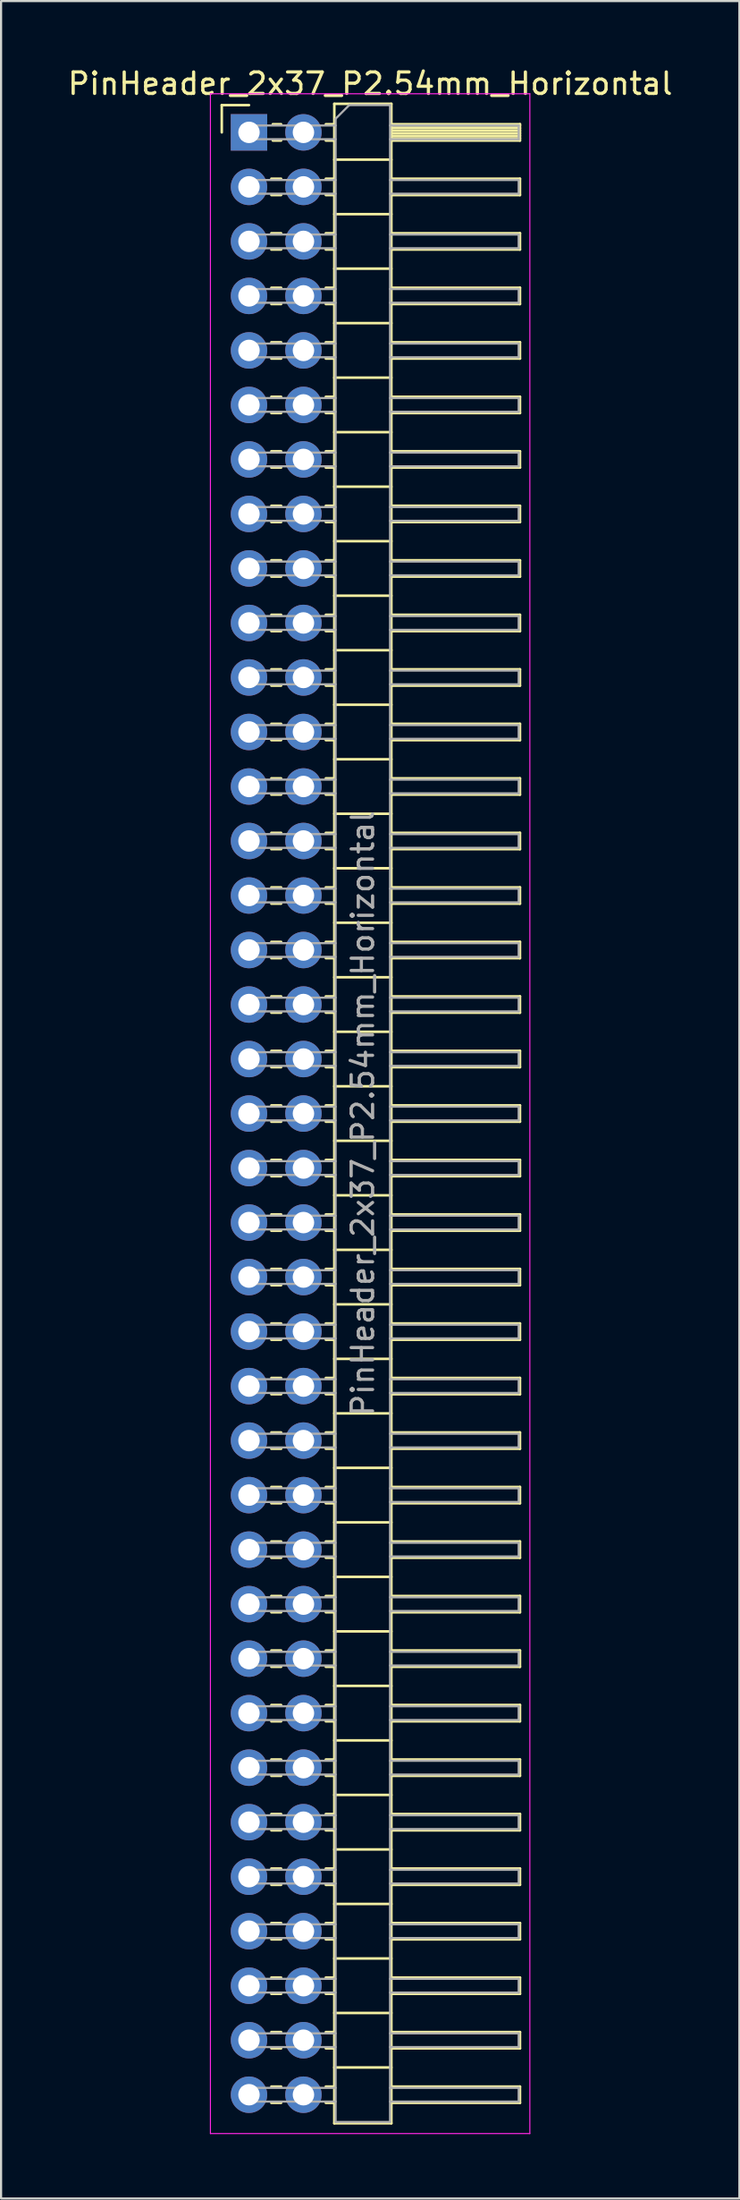
<source format=kicad_pcb>
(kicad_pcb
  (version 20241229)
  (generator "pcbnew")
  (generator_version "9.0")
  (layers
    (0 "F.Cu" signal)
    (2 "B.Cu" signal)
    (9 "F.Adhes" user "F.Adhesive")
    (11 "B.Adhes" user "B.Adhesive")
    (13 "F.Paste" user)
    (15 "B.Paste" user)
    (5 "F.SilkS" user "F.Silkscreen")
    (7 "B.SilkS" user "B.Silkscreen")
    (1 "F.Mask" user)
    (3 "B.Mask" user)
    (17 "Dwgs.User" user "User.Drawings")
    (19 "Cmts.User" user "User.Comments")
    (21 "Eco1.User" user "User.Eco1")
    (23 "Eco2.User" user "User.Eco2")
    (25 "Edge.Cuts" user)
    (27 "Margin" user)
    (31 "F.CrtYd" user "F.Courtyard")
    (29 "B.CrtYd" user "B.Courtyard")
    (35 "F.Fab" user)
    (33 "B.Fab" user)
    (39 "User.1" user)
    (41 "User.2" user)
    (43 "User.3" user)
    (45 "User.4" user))
  (footprint "PinHeader_2x37_P2.54mm_Horizontal"
    (layer "F.Cu")
    (at 8.565 3.118)
    (property "Reference" "PinHeader_2x37_P2.54mm_Horizontal" (at 5.655 -2.27 0) (layer "F.SilkS") (effects (font (size 1 1) (thickness 0.15))))
    (attr through_hole)
    (fp_line (start -1.27 -1.27) (end 0 -1.27) (stroke (width 0.12) (type solid)) (layer "F.SilkS"))
    (fp_line (start -1.27 0) (end -1.27 -1.27) (stroke (width 0.12) (type solid)) (layer "F.SilkS"))
    (fp_line (start 1.043 2.16) (end 1.497 2.16) (stroke (width 0.12) (type solid)) (layer "F.SilkS"))
    (fp_line (start 1.043 2.92) (end 1.497 2.92) (stroke (width 0.12) (type solid)) (layer "F.SilkS"))
    (fp_line (start 1.043 4.7) (end 1.497 4.7) (stroke (width 0.12) (type solid)) (layer "F.SilkS"))
    (fp_line (start 1.043 5.46) (end 1.497 5.46) (stroke (width 0.12) (type solid)) (layer "F.SilkS"))
    (fp_line (start 1.043 7.24) (end 1.497 7.24) (stroke (width 0.12) (type solid)) (layer "F.SilkS"))
    (fp_line (start 1.043 8) (end 1.497 8) (stroke (width 0.12) (type solid)) (layer "F.SilkS"))
    (fp_line (start 1.043 9.78) (end 1.497 9.78) (stroke (width 0.12) (type solid)) (layer "F.SilkS"))
    (fp_line (start 1.043 10.54) (end 1.497 10.54) (stroke (width 0.12) (type solid)) (layer "F.SilkS"))
    (fp_line (start 1.043 12.32) (end 1.497 12.32) (stroke (width 0.12) (type solid)) (layer "F.SilkS"))
    (fp_line (start 1.043 13.08) (end 1.497 13.08) (stroke (width 0.12) (type solid)) (layer "F.SilkS"))
    (fp_line (start 1.043 14.86) (end 1.497 14.86) (stroke (width 0.12) (type solid)) (layer "F.SilkS"))
    (fp_line (start 1.043 15.62) (end 1.497 15.62) (stroke (width 0.12) (type solid)) (layer "F.SilkS"))
    (fp_line (start 1.043 17.4) (end 1.497 17.4) (stroke (width 0.12) (type solid)) (layer "F.SilkS"))
    (fp_line (start 1.043 18.16) (end 1.497 18.16) (stroke (width 0.12) (type solid)) (layer "F.SilkS"))
    (fp_line (start 1.043 19.94) (end 1.497 19.94) (stroke (width 0.12) (type solid)) (layer "F.SilkS"))
    (fp_line (start 1.043 20.7) (end 1.497 20.7) (stroke (width 0.12) (type solid)) (layer "F.SilkS"))
    (fp_line (start 1.043 22.48) (end 1.497 22.48) (stroke (width 0.12) (type solid)) (layer "F.SilkS"))
    (fp_line (start 1.043 23.24) (end 1.497 23.24) (stroke (width 0.12) (type solid)) (layer "F.SilkS"))
    (fp_line (start 1.043 25.02) (end 1.497 25.02) (stroke (width 0.12) (type solid)) (layer "F.SilkS"))
    (fp_line (start 1.043 25.78) (end 1.497 25.78) (stroke (width 0.12) (type solid)) (layer "F.SilkS"))
    (fp_line (start 1.043 27.56) (end 1.497 27.56) (stroke (width 0.12) (type solid)) (layer "F.SilkS"))
    (fp_line (start 1.043 28.32) (end 1.497 28.32) (stroke (width 0.12) (type solid)) (layer "F.SilkS"))
    (fp_line (start 1.043 30.1) (end 1.497 30.1) (stroke (width 0.12) (type solid)) (layer "F.SilkS"))
    (fp_line (start 1.043 30.86) (end 1.497 30.86) (stroke (width 0.12) (type solid)) (layer "F.SilkS"))
    (fp_line (start 1.043 32.64) (end 1.497 32.64) (stroke (width 0.12) (type solid)) (layer "F.SilkS"))
    (fp_line (start 1.043 33.4) (end 1.497 33.4) (stroke (width 0.12) (type solid)) (layer "F.SilkS"))
    (fp_line (start 1.043 35.18) (end 1.497 35.18) (stroke (width 0.12) (type solid)) (layer "F.SilkS"))
    (fp_line (start 1.043 35.94) (end 1.497 35.94) (stroke (width 0.12) (type solid)) (layer "F.SilkS"))
    (fp_line (start 1.043 37.72) (end 1.497 37.72) (stroke (width 0.12) (type solid)) (layer "F.SilkS"))
    (fp_line (start 1.043 38.48) (end 1.497 38.48) (stroke (width 0.12) (type solid)) (layer "F.SilkS"))
    (fp_line (start 1.043 40.26) (end 1.497 40.26) (stroke (width 0.12) (type solid)) (layer "F.SilkS"))
    (fp_line (start 1.043 41.02) (end 1.497 41.02) (stroke (width 0.12) (type solid)) (layer "F.SilkS"))
    (fp_line (start 1.043 42.8) (end 1.497 42.8) (stroke (width 0.12) (type solid)) (layer "F.SilkS"))
    (fp_line (start 1.043 43.56) (end 1.497 43.56) (stroke (width 0.12) (type solid)) (layer "F.SilkS"))
    (fp_line (start 1.043 45.34) (end 1.497 45.34) (stroke (width 0.12) (type solid)) (layer "F.SilkS"))
    (fp_line (start 1.043 46.1) (end 1.497 46.1) (stroke (width 0.12) (type solid)) (layer "F.SilkS"))
    (fp_line (start 1.043 47.88) (end 1.497 47.88) (stroke (width 0.12) (type solid)) (layer "F.SilkS"))
    (fp_line (start 1.043 48.64) (end 1.497 48.64) (stroke (width 0.12) (type solid)) (layer "F.SilkS"))
    (fp_line (start 1.043 50.42) (end 1.497 50.42) (stroke (width 0.12) (type solid)) (layer "F.SilkS"))
    (fp_line (start 1.043 51.18) (end 1.497 51.18) (stroke (width 0.12) (type solid)) (layer "F.SilkS"))
    (fp_line (start 1.043 52.96) (end 1.497 52.96) (stroke (width 0.12) (type solid)) (layer "F.SilkS"))
    (fp_line (start 1.043 53.72) (end 1.497 53.72) (stroke (width 0.12) (type solid)) (layer "F.SilkS"))
    (fp_line (start 1.043 55.5) (end 1.497 55.5) (stroke (width 0.12) (type solid)) (layer "F.SilkS"))
    (fp_line (start 1.043 56.26) (end 1.497 56.26) (stroke (width 0.12) (type solid)) (layer "F.SilkS"))
    (fp_line (start 1.043 58.04) (end 1.497 58.04) (stroke (width 0.12) (type solid)) (layer "F.SilkS"))
    (fp_line (start 1.043 58.8) (end 1.497 58.8) (stroke (width 0.12) (type solid)) (layer "F.SilkS"))
    (fp_line (start 1.043 60.58) (end 1.497 60.58) (stroke (width 0.12) (type solid)) (layer "F.SilkS"))
    (fp_line (start 1.043 61.34) (end 1.497 61.34) (stroke (width 0.12) (type solid)) (layer "F.SilkS"))
    (fp_line (start 1.043 63.12) (end 1.497 63.12) (stroke (width 0.12) (type solid)) (layer "F.SilkS"))
    (fp_line (start 1.043 63.88) (end 1.497 63.88) (stroke (width 0.12) (type solid)) (layer "F.SilkS"))
    (fp_line (start 1.043 65.66) (end 1.497 65.66) (stroke (width 0.12) (type solid)) (layer "F.SilkS"))
    (fp_line (start 1.043 66.42) (end 1.497 66.42) (stroke (width 0.12) (type solid)) (layer "F.SilkS"))
    (fp_line (start 1.043 68.2) (end 1.497 68.2) (stroke (width 0.12) (type solid)) (layer "F.SilkS"))
    (fp_line (start 1.043 68.96) (end 1.497 68.96) (stroke (width 0.12) (type solid)) (layer "F.SilkS"))
    (fp_line (start 1.043 70.74) (end 1.497 70.74) (stroke (width 0.12) (type solid)) (layer "F.SilkS"))
    (fp_line (start 1.043 71.5) (end 1.497 71.5) (stroke (width 0.12) (type solid)) (layer "F.SilkS"))
    (fp_line (start 1.043 73.28) (end 1.497 73.28) (stroke (width 0.12) (type solid)) (layer "F.SilkS"))
    (fp_line (start 1.043 74.04) (end 1.497 74.04) (stroke (width 0.12) (type solid)) (layer "F.SilkS"))
    (fp_line (start 1.043 75.82) (end 1.497 75.82) (stroke (width 0.12) (type solid)) (layer "F.SilkS"))
    (fp_line (start 1.043 76.58) (end 1.497 76.58) (stroke (width 0.12) (type solid)) (layer "F.SilkS"))
    (fp_line (start 1.043 78.36) (end 1.497 78.36) (stroke (width 0.12) (type solid)) (layer "F.SilkS"))
    (fp_line (start 1.043 79.12) (end 1.497 79.12) (stroke (width 0.12) (type solid)) (layer "F.SilkS"))
    (fp_line (start 1.043 80.9) (end 1.497 80.9) (stroke (width 0.12) (type solid)) (layer "F.SilkS"))
    (fp_line (start 1.043 81.66) (end 1.497 81.66) (stroke (width 0.12) (type solid)) (layer "F.SilkS"))
    (fp_line (start 1.043 83.44) (end 1.497 83.44) (stroke (width 0.12) (type solid)) (layer "F.SilkS"))
    (fp_line (start 1.043 84.2) (end 1.497 84.2) (stroke (width 0.12) (type solid)) (layer "F.SilkS"))
    (fp_line (start 1.043 85.98) (end 1.497 85.98) (stroke (width 0.12) (type solid)) (layer "F.SilkS"))
    (fp_line (start 1.043 86.74) (end 1.497 86.74) (stroke (width 0.12) (type solid)) (layer "F.SilkS"))
    (fp_line (start 1.043 88.52) (end 1.497 88.52) (stroke (width 0.12) (type solid)) (layer "F.SilkS"))
    (fp_line (start 1.043 89.28) (end 1.497 89.28) (stroke (width 0.12) (type solid)) (layer "F.SilkS"))
    (fp_line (start 1.043 91.06) (end 1.497 91.06) (stroke (width 0.12) (type solid)) (layer "F.SilkS"))
    (fp_line (start 1.043 91.82) (end 1.497 91.82) (stroke (width 0.12) (type solid)) (layer "F.SilkS"))
    (fp_line (start 1.11 -0.38) (end 1.497 -0.38) (stroke (width 0.12) (type solid)) (layer "F.SilkS"))
    (fp_line (start 1.11 0.38) (end 1.497 0.38) (stroke (width 0.12) (type solid)) (layer "F.SilkS"))
    (fp_line (start 3.583 -0.38) (end 3.98 -0.38) (stroke (width 0.12) (type solid)) (layer "F.SilkS"))
    (fp_line (start 3.583 0.38) (end 3.98 0.38) (stroke (width 0.12) (type solid)) (layer "F.SilkS"))
    (fp_line (start 3.583 2.16) (end 3.98 2.16) (stroke (width 0.12) (type solid)) (layer "F.SilkS"))
    (fp_line (start 3.583 2.92) (end 3.98 2.92) (stroke (width 0.12) (type solid)) (layer "F.SilkS"))
    (fp_line (start 3.583 4.7) (end 3.98 4.7) (stroke (width 0.12) (type solid)) (layer "F.SilkS"))
    (fp_line (start 3.583 5.46) (end 3.98 5.46) (stroke (width 0.12) (type solid)) (layer "F.SilkS"))
    (fp_line (start 3.583 7.24) (end 3.98 7.24) (stroke (width 0.12) (type solid)) (layer "F.SilkS"))
    (fp_line (start 3.583 8) (end 3.98 8) (stroke (width 0.12) (type solid)) (layer "F.SilkS"))
    (fp_line (start 3.583 9.78) (end 3.98 9.78) (stroke (width 0.12) (type solid)) (layer "F.SilkS"))
    (fp_line (start 3.583 10.54) (end 3.98 10.54) (stroke (width 0.12) (type solid)) (layer "F.SilkS"))
    (fp_line (start 3.583 12.32) (end 3.98 12.32) (stroke (width 0.12) (type solid)) (layer "F.SilkS"))
    (fp_line (start 3.583 13.08) (end 3.98 13.08) (stroke (width 0.12) (type solid)) (layer "F.SilkS"))
    (fp_line (start 3.583 14.86) (end 3.98 14.86) (stroke (width 0.12) (type solid)) (layer "F.SilkS"))
    (fp_line (start 3.583 15.62) (end 3.98 15.62) (stroke (width 0.12) (type solid)) (layer "F.SilkS"))
    (fp_line (start 3.583 17.4) (end 3.98 17.4) (stroke (width 0.12) (type solid)) (layer "F.SilkS"))
    (fp_line (start 3.583 18.16) (end 3.98 18.16) (stroke (width 0.12) (type solid)) (layer "F.SilkS"))
    (fp_line (start 3.583 19.94) (end 3.98 19.94) (stroke (width 0.12) (type solid)) (layer "F.SilkS"))
    (fp_line (start 3.583 20.7) (end 3.98 20.7) (stroke (width 0.12) (type solid)) (layer "F.SilkS"))
    (fp_line (start 3.583 22.48) (end 3.98 22.48) (stroke (width 0.12) (type solid)) (layer "F.SilkS"))
    (fp_line (start 3.583 23.24) (end 3.98 23.24) (stroke (width 0.12) (type solid)) (layer "F.SilkS"))
    (fp_line (start 3.583 25.02) (end 3.98 25.02) (stroke (width 0.12) (type solid)) (layer "F.SilkS"))
    (fp_line (start 3.583 25.78) (end 3.98 25.78) (stroke (width 0.12) (type solid)) (layer "F.SilkS"))
    (fp_line (start 3.583 27.56) (end 3.98 27.56) (stroke (width 0.12) (type solid)) (layer "F.SilkS"))
    (fp_line (start 3.583 28.32) (end 3.98 28.32) (stroke (width 0.12) (type solid)) (layer "F.SilkS"))
    (fp_line (start 3.583 30.1) (end 3.98 30.1) (stroke (width 0.12) (type solid)) (layer "F.SilkS"))
    (fp_line (start 3.583 30.86) (end 3.98 30.86) (stroke (width 0.12) (type solid)) (layer "F.SilkS"))
    (fp_line (start 3.583 32.64) (end 3.98 32.64) (stroke (width 0.12) (type solid)) (layer "F.SilkS"))
    (fp_line (start 3.583 33.4) (end 3.98 33.4) (stroke (width 0.12) (type solid)) (layer "F.SilkS"))
    (fp_line (start 3.583 35.18) (end 3.98 35.18) (stroke (width 0.12) (type solid)) (layer "F.SilkS"))
    (fp_line (start 3.583 35.94) (end 3.98 35.94) (stroke (width 0.12) (type solid)) (layer "F.SilkS"))
    (fp_line (start 3.583 37.72) (end 3.98 37.72) (stroke (width 0.12) (type solid)) (layer "F.SilkS"))
    (fp_line (start 3.583 38.48) (end 3.98 38.48) (stroke (width 0.12) (type solid)) (layer "F.SilkS"))
    (fp_line (start 3.583 40.26) (end 3.98 40.26) (stroke (width 0.12) (type solid)) (layer "F.SilkS"))
    (fp_line (start 3.583 41.02) (end 3.98 41.02) (stroke (width 0.12) (type solid)) (layer "F.SilkS"))
    (fp_line (start 3.583 42.8) (end 3.98 42.8) (stroke (width 0.12) (type solid)) (layer "F.SilkS"))
    (fp_line (start 3.583 43.56) (end 3.98 43.56) (stroke (width 0.12) (type solid)) (layer "F.SilkS"))
    (fp_line (start 3.583 45.34) (end 3.98 45.34) (stroke (width 0.12) (type solid)) (layer "F.SilkS"))
    (fp_line (start 3.583 46.1) (end 3.98 46.1) (stroke (width 0.12) (type solid)) (layer "F.SilkS"))
    (fp_line (start 3.583 47.88) (end 3.98 47.88) (stroke (width 0.12) (type solid)) (layer "F.SilkS"))
    (fp_line (start 3.583 48.64) (end 3.98 48.64) (stroke (width 0.12) (type solid)) (layer "F.SilkS"))
    (fp_line (start 3.583 50.42) (end 3.98 50.42) (stroke (width 0.12) (type solid)) (layer "F.SilkS"))
    (fp_line (start 3.583 51.18) (end 3.98 51.18) (stroke (width 0.12) (type solid)) (layer "F.SilkS"))
    (fp_line (start 3.583 52.96) (end 3.98 52.96) (stroke (width 0.12) (type solid)) (layer "F.SilkS"))
    (fp_line (start 3.583 53.72) (end 3.98 53.72) (stroke (width 0.12) (type solid)) (layer "F.SilkS"))
    (fp_line (start 3.583 55.5) (end 3.98 55.5) (stroke (width 0.12) (type solid)) (layer "F.SilkS"))
    (fp_line (start 3.583 56.26) (end 3.98 56.26) (stroke (width 0.12) (type solid)) (layer "F.SilkS"))
    (fp_line (start 3.583 58.04) (end 3.98 58.04) (stroke (width 0.12) (type solid)) (layer "F.SilkS"))
    (fp_line (start 3.583 58.8) (end 3.98 58.8) (stroke (width 0.12) (type solid)) (layer "F.SilkS"))
    (fp_line (start 3.583 60.58) (end 3.98 60.58) (stroke (width 0.12) (type solid)) (layer "F.SilkS"))
    (fp_line (start 3.583 61.34) (end 3.98 61.34) (stroke (width 0.12) (type solid)) (layer "F.SilkS"))
    (fp_line (start 3.583 63.12) (end 3.98 63.12) (stroke (width 0.12) (type solid)) (layer "F.SilkS"))
    (fp_line (start 3.583 63.88) (end 3.98 63.88) (stroke (width 0.12) (type solid)) (layer "F.SilkS"))
    (fp_line (start 3.583 65.66) (end 3.98 65.66) (stroke (width 0.12) (type solid)) (layer "F.SilkS"))
    (fp_line (start 3.583 66.42) (end 3.98 66.42) (stroke (width 0.12) (type solid)) (layer "F.SilkS"))
    (fp_line (start 3.583 68.2) (end 3.98 68.2) (stroke (width 0.12) (type solid)) (layer "F.SilkS"))
    (fp_line (start 3.583 68.96) (end 3.98 68.96) (stroke (width 0.12) (type solid)) (layer "F.SilkS"))
    (fp_line (start 3.583 70.74) (end 3.98 70.74) (stroke (width 0.12) (type solid)) (layer "F.SilkS"))
    (fp_line (start 3.583 71.5) (end 3.98 71.5) (stroke (width 0.12) (type solid)) (layer "F.SilkS"))
    (fp_line (start 3.583 73.28) (end 3.98 73.28) (stroke (width 0.12) (type solid)) (layer "F.SilkS"))
    (fp_line (start 3.583 74.04) (end 3.98 74.04) (stroke (width 0.12) (type solid)) (layer "F.SilkS"))
    (fp_line (start 3.583 75.82) (end 3.98 75.82) (stroke (width 0.12) (type solid)) (layer "F.SilkS"))
    (fp_line (start 3.583 76.58) (end 3.98 76.58) (stroke (width 0.12) (type solid)) (layer "F.SilkS"))
    (fp_line (start 3.583 78.36) (end 3.98 78.36) (stroke (width 0.12) (type solid)) (layer "F.SilkS"))
    (fp_line (start 3.583 79.12) (end 3.98 79.12) (stroke (width 0.12) (type solid)) (layer "F.SilkS"))
    (fp_line (start 3.583 80.9) (end 3.98 80.9) (stroke (width 0.12) (type solid)) (layer "F.SilkS"))
    (fp_line (start 3.583 81.66) (end 3.98 81.66) (stroke (width 0.12) (type solid)) (layer "F.SilkS"))
    (fp_line (start 3.583 83.44) (end 3.98 83.44) (stroke (width 0.12) (type solid)) (layer "F.SilkS"))
    (fp_line (start 3.583 84.2) (end 3.98 84.2) (stroke (width 0.12) (type solid)) (layer "F.SilkS"))
    (fp_line (start 3.583 85.98) (end 3.98 85.98) (stroke (width 0.12) (type solid)) (layer "F.SilkS"))
    (fp_line (start 3.583 86.74) (end 3.98 86.74) (stroke (width 0.12) (type solid)) (layer "F.SilkS"))
    (fp_line (start 3.583 88.52) (end 3.98 88.52) (stroke (width 0.12) (type solid)) (layer "F.SilkS"))
    (fp_line (start 3.583 89.28) (end 3.98 89.28) (stroke (width 0.12) (type solid)) (layer "F.SilkS"))
    (fp_line (start 3.583 91.06) (end 3.98 91.06) (stroke (width 0.12) (type solid)) (layer "F.SilkS"))
    (fp_line (start 3.583 91.82) (end 3.98 91.82) (stroke (width 0.12) (type solid)) (layer "F.SilkS"))
    (fp_line (start 3.98 -1.33) (end 3.98 92.77) (stroke (width 0.12) (type solid)) (layer "F.SilkS"))
    (fp_line (start 3.98 1.27) (end 6.64 1.27) (stroke (width 0.12) (type solid)) (layer "F.SilkS"))
    (fp_line (start 3.98 3.81) (end 6.64 3.81) (stroke (width 0.12) (type solid)) (layer "F.SilkS"))
    (fp_line (start 3.98 6.35) (end 6.64 6.35) (stroke (width 0.12) (type solid)) (layer "F.SilkS"))
    (fp_line (start 3.98 8.89) (end 6.64 8.89) (stroke (width 0.12) (type solid)) (layer "F.SilkS"))
    (fp_line (start 3.98 11.43) (end 6.64 11.43) (stroke (width 0.12) (type solid)) (layer "F.SilkS"))
    (fp_line (start 3.98 13.97) (end 6.64 13.97) (stroke (width 0.12) (type solid)) (layer "F.SilkS"))
    (fp_line (start 3.98 16.51) (end 6.64 16.51) (stroke (width 0.12) (type solid)) (layer "F.SilkS"))
    (fp_line (start 3.98 19.05) (end 6.64 19.05) (stroke (width 0.12) (type solid)) (layer "F.SilkS"))
    (fp_line (start 3.98 21.59) (end 6.64 21.59) (stroke (width 0.12) (type solid)) (layer "F.SilkS"))
    (fp_line (start 3.98 24.13) (end 6.64 24.13) (stroke (width 0.12) (type solid)) (layer "F.SilkS"))
    (fp_line (start 3.98 26.67) (end 6.64 26.67) (stroke (width 0.12) (type solid)) (layer "F.SilkS"))
    (fp_line (start 3.98 29.21) (end 6.64 29.21) (stroke (width 0.12) (type solid)) (layer "F.SilkS"))
    (fp_line (start 3.98 31.75) (end 6.64 31.75) (stroke (width 0.12) (type solid)) (layer "F.SilkS"))
    (fp_line (start 3.98 34.29) (end 6.64 34.29) (stroke (width 0.12) (type solid)) (layer "F.SilkS"))
    (fp_line (start 3.98 36.83) (end 6.64 36.83) (stroke (width 0.12) (type solid)) (layer "F.SilkS"))
    (fp_line (start 3.98 39.37) (end 6.64 39.37) (stroke (width 0.12) (type solid)) (layer "F.SilkS"))
    (fp_line (start 3.98 41.91) (end 6.64 41.91) (stroke (width 0.12) (type solid)) (layer "F.SilkS"))
    (fp_line (start 3.98 44.45) (end 6.64 44.45) (stroke (width 0.12) (type solid)) (layer "F.SilkS"))
    (fp_line (start 3.98 46.99) (end 6.64 46.99) (stroke (width 0.12) (type solid)) (layer "F.SilkS"))
    (fp_line (start 3.98 49.53) (end 6.64 49.53) (stroke (width 0.12) (type solid)) (layer "F.SilkS"))
    (fp_line (start 3.98 52.07) (end 6.64 52.07) (stroke (width 0.12) (type solid)) (layer "F.SilkS"))
    (fp_line (start 3.98 54.61) (end 6.64 54.61) (stroke (width 0.12) (type solid)) (layer "F.SilkS"))
    (fp_line (start 3.98 57.15) (end 6.64 57.15) (stroke (width 0.12) (type solid)) (layer "F.SilkS"))
    (fp_line (start 3.98 59.69) (end 6.64 59.69) (stroke (width 0.12) (type solid)) (layer "F.SilkS"))
    (fp_line (start 3.98 62.23) (end 6.64 62.23) (stroke (width 0.12) (type solid)) (layer "F.SilkS"))
    (fp_line (start 3.98 64.77) (end 6.64 64.77) (stroke (width 0.12) (type solid)) (layer "F.SilkS"))
    (fp_line (start 3.98 67.31) (end 6.64 67.31) (stroke (width 0.12) (type solid)) (layer "F.SilkS"))
    (fp_line (start 3.98 69.85) (end 6.64 69.85) (stroke (width 0.12) (type solid)) (layer "F.SilkS"))
    (fp_line (start 3.98 72.39) (end 6.64 72.39) (stroke (width 0.12) (type solid)) (layer "F.SilkS"))
    (fp_line (start 3.98 74.93) (end 6.64 74.93) (stroke (width 0.12) (type solid)) (layer "F.SilkS"))
    (fp_line (start 3.98 77.47) (end 6.64 77.47) (stroke (width 0.12) (type solid)) (layer "F.SilkS"))
    (fp_line (start 3.98 80.01) (end 6.64 80.01) (stroke (width 0.12) (type solid)) (layer "F.SilkS"))
    (fp_line (start 3.98 82.55) (end 6.64 82.55) (stroke (width 0.12) (type solid)) (layer "F.SilkS"))
    (fp_line (start 3.98 85.09) (end 6.64 85.09) (stroke (width 0.12) (type solid)) (layer "F.SilkS"))
    (fp_line (start 3.98 87.63) (end 6.64 87.63) (stroke (width 0.12) (type solid)) (layer "F.SilkS"))
    (fp_line (start 3.98 90.17) (end 6.64 90.17) (stroke (width 0.12) (type solid)) (layer "F.SilkS"))
    (fp_line (start 3.98 92.77) (end 6.64 92.77) (stroke (width 0.12) (type solid)) (layer "F.SilkS"))
    (fp_line (start 6.64 -1.33) (end 3.98 -1.33) (stroke (width 0.12) (type solid)) (layer "F.SilkS"))
    (fp_line (start 6.64 -0.38) (end 12.64 -0.38) (stroke (width 0.12) (type solid)) (layer "F.SilkS"))
    (fp_line (start 6.64 -0.32) (end 12.64 -0.32) (stroke (width 0.12) (type solid)) (layer "F.SilkS"))
    (fp_line (start 6.64 -0.2) (end 12.64 -0.2) (stroke (width 0.12) (type solid)) (layer "F.SilkS"))
    (fp_line (start 6.64 -0.08) (end 12.64 -0.08) (stroke (width 0.12) (type solid)) (layer "F.SilkS"))
    (fp_line (start 6.64 0.04) (end 12.64 0.04) (stroke (width 0.12) (type solid)) (layer "F.SilkS"))
    (fp_line (start 6.64 0.16) (end 12.64 0.16) (stroke (width 0.12) (type solid)) (layer "F.SilkS"))
    (fp_line (start 6.64 0.28) (end 12.64 0.28) (stroke (width 0.12) (type solid)) (layer "F.SilkS"))
    (fp_line (start 6.64 2.16) (end 12.64 2.16) (stroke (width 0.12) (type solid)) (layer "F.SilkS"))
    (fp_line (start 6.64 4.7) (end 12.64 4.7) (stroke (width 0.12) (type solid)) (layer "F.SilkS"))
    (fp_line (start 6.64 7.24) (end 12.64 7.24) (stroke (width 0.12) (type solid)) (layer "F.SilkS"))
    (fp_line (start 6.64 9.78) (end 12.64 9.78) (stroke (width 0.12) (type solid)) (layer "F.SilkS"))
    (fp_line (start 6.64 12.32) (end 12.64 12.32) (stroke (width 0.12) (type solid)) (layer "F.SilkS"))
    (fp_line (start 6.64 14.86) (end 12.64 14.86) (stroke (width 0.12) (type solid)) (layer "F.SilkS"))
    (fp_line (start 6.64 17.4) (end 12.64 17.4) (stroke (width 0.12) (type solid)) (layer "F.SilkS"))
    (fp_line (start 6.64 19.94) (end 12.64 19.94) (stroke (width 0.12) (type solid)) (layer "F.SilkS"))
    (fp_line (start 6.64 22.48) (end 12.64 22.48) (stroke (width 0.12) (type solid)) (layer "F.SilkS"))
    (fp_line (start 6.64 25.02) (end 12.64 25.02) (stroke (width 0.12) (type solid)) (layer "F.SilkS"))
    (fp_line (start 6.64 27.56) (end 12.64 27.56) (stroke (width 0.12) (type solid)) (layer "F.SilkS"))
    (fp_line (start 6.64 30.1) (end 12.64 30.1) (stroke (width 0.12) (type solid)) (layer "F.SilkS"))
    (fp_line (start 6.64 32.64) (end 12.64 32.64) (stroke (width 0.12) (type solid)) (layer "F.SilkS"))
    (fp_line (start 6.64 35.18) (end 12.64 35.18) (stroke (width 0.12) (type solid)) (layer "F.SilkS"))
    (fp_line (start 6.64 37.72) (end 12.64 37.72) (stroke (width 0.12) (type solid)) (layer "F.SilkS"))
    (fp_line (start 6.64 40.26) (end 12.64 40.26) (stroke (width 0.12) (type solid)) (layer "F.SilkS"))
    (fp_line (start 6.64 42.8) (end 12.64 42.8) (stroke (width 0.12) (type solid)) (layer "F.SilkS"))
    (fp_line (start 6.64 45.34) (end 12.64 45.34) (stroke (width 0.12) (type solid)) (layer "F.SilkS"))
    (fp_line (start 6.64 47.88) (end 12.64 47.88) (stroke (width 0.12) (type solid)) (layer "F.SilkS"))
    (fp_line (start 6.64 50.42) (end 12.64 50.42) (stroke (width 0.12) (type solid)) (layer "F.SilkS"))
    (fp_line (start 6.64 52.96) (end 12.64 52.96) (stroke (width 0.12) (type solid)) (layer "F.SilkS"))
    (fp_line (start 6.64 55.5) (end 12.64 55.5) (stroke (width 0.12) (type solid)) (layer "F.SilkS"))
    (fp_line (start 6.64 58.04) (end 12.64 58.04) (stroke (width 0.12) (type solid)) (layer "F.SilkS"))
    (fp_line (start 6.64 60.58) (end 12.64 60.58) (stroke (width 0.12) (type solid)) (layer "F.SilkS"))
    (fp_line (start 6.64 63.12) (end 12.64 63.12) (stroke (width 0.12) (type solid)) (layer "F.SilkS"))
    (fp_line (start 6.64 65.66) (end 12.64 65.66) (stroke (width 0.12) (type solid)) (layer "F.SilkS"))
    (fp_line (start 6.64 68.2) (end 12.64 68.2) (stroke (width 0.12) (type solid)) (layer "F.SilkS"))
    (fp_line (start 6.64 70.74) (end 12.64 70.74) (stroke (width 0.12) (type solid)) (layer "F.SilkS"))
    (fp_line (start 6.64 73.28) (end 12.64 73.28) (stroke (width 0.12) (type solid)) (layer "F.SilkS"))
    (fp_line (start 6.64 75.82) (end 12.64 75.82) (stroke (width 0.12) (type solid)) (layer "F.SilkS"))
    (fp_line (start 6.64 78.36) (end 12.64 78.36) (stroke (width 0.12) (type solid)) (layer "F.SilkS"))
    (fp_line (start 6.64 80.9) (end 12.64 80.9) (stroke (width 0.12) (type solid)) (layer "F.SilkS"))
    (fp_line (start 6.64 83.44) (end 12.64 83.44) (stroke (width 0.12) (type solid)) (layer "F.SilkS"))
    (fp_line (start 6.64 85.98) (end 12.64 85.98) (stroke (width 0.12) (type solid)) (layer "F.SilkS"))
    (fp_line (start 6.64 88.52) (end 12.64 88.52) (stroke (width 0.12) (type solid)) (layer "F.SilkS"))
    (fp_line (start 6.64 91.06) (end 12.64 91.06) (stroke (width 0.12) (type solid)) (layer "F.SilkS"))
    (fp_line (start 6.64 92.77) (end 6.64 -1.33) (stroke (width 0.12) (type solid)) (layer "F.SilkS"))
    (fp_line (start 12.64 -0.38) (end 12.64 0.38) (stroke (width 0.12) (type solid)) (layer "F.SilkS"))
    (fp_line (start 12.64 0.38) (end 6.64 0.38) (stroke (width 0.12) (type solid)) (layer "F.SilkS"))
    (fp_line (start 12.64 2.16) (end 12.64 2.92) (stroke (width 0.12) (type solid)) (layer "F.SilkS"))
    (fp_line (start 12.64 2.92) (end 6.64 2.92) (stroke (width 0.12) (type solid)) (layer "F.SilkS"))
    (fp_line (start 12.64 4.7) (end 12.64 5.46) (stroke (width 0.12) (type solid)) (layer "F.SilkS"))
    (fp_line (start 12.64 5.46) (end 6.64 5.46) (stroke (width 0.12) (type solid)) (layer "F.SilkS"))
    (fp_line (start 12.64 7.24) (end 12.64 8) (stroke (width 0.12) (type solid)) (layer "F.SilkS"))
    (fp_line (start 12.64 8) (end 6.64 8) (stroke (width 0.12) (type solid)) (layer "F.SilkS"))
    (fp_line (start 12.64 9.78) (end 12.64 10.54) (stroke (width 0.12) (type solid)) (layer "F.SilkS"))
    (fp_line (start 12.64 10.54) (end 6.64 10.54) (stroke (width 0.12) (type solid)) (layer "F.SilkS"))
    (fp_line (start 12.64 12.32) (end 12.64 13.08) (stroke (width 0.12) (type solid)) (layer "F.SilkS"))
    (fp_line (start 12.64 13.08) (end 6.64 13.08) (stroke (width 0.12) (type solid)) (layer "F.SilkS"))
    (fp_line (start 12.64 14.86) (end 12.64 15.62) (stroke (width 0.12) (type solid)) (layer "F.SilkS"))
    (fp_line (start 12.64 15.62) (end 6.64 15.62) (stroke (width 0.12) (type solid)) (layer "F.SilkS"))
    (fp_line (start 12.64 17.4) (end 12.64 18.16) (stroke (width 0.12) (type solid)) (layer "F.SilkS"))
    (fp_line (start 12.64 18.16) (end 6.64 18.16) (stroke (width 0.12) (type solid)) (layer "F.SilkS"))
    (fp_line (start 12.64 19.94) (end 12.64 20.7) (stroke (width 0.12) (type solid)) (layer "F.SilkS"))
    (fp_line (start 12.64 20.7) (end 6.64 20.7) (stroke (width 0.12) (type solid)) (layer "F.SilkS"))
    (fp_line (start 12.64 22.48) (end 12.64 23.24) (stroke (width 0.12) (type solid)) (layer "F.SilkS"))
    (fp_line (start 12.64 23.24) (end 6.64 23.24) (stroke (width 0.12) (type solid)) (layer "F.SilkS"))
    (fp_line (start 12.64 25.02) (end 12.64 25.78) (stroke (width 0.12) (type solid)) (layer "F.SilkS"))
    (fp_line (start 12.64 25.78) (end 6.64 25.78) (stroke (width 0.12) (type solid)) (layer "F.SilkS"))
    (fp_line (start 12.64 27.56) (end 12.64 28.32) (stroke (width 0.12) (type solid)) (layer "F.SilkS"))
    (fp_line (start 12.64 28.32) (end 6.64 28.32) (stroke (width 0.12) (type solid)) (layer "F.SilkS"))
    (fp_line (start 12.64 30.1) (end 12.64 30.86) (stroke (width 0.12) (type solid)) (layer "F.SilkS"))
    (fp_line (start 12.64 30.86) (end 6.64 30.86) (stroke (width 0.12) (type solid)) (layer "F.SilkS"))
    (fp_line (start 12.64 32.64) (end 12.64 33.4) (stroke (width 0.12) (type solid)) (layer "F.SilkS"))
    (fp_line (start 12.64 33.4) (end 6.64 33.4) (stroke (width 0.12) (type solid)) (layer "F.SilkS"))
    (fp_line (start 12.64 35.18) (end 12.64 35.94) (stroke (width 0.12) (type solid)) (layer "F.SilkS"))
    (fp_line (start 12.64 35.94) (end 6.64 35.94) (stroke (width 0.12) (type solid)) (layer "F.SilkS"))
    (fp_line (start 12.64 37.72) (end 12.64 38.48) (stroke (width 0.12) (type solid)) (layer "F.SilkS"))
    (fp_line (start 12.64 38.48) (end 6.64 38.48) (stroke (width 0.12) (type solid)) (layer "F.SilkS"))
    (fp_line (start 12.64 40.26) (end 12.64 41.02) (stroke (width 0.12) (type solid)) (layer "F.SilkS"))
    (fp_line (start 12.64 41.02) (end 6.64 41.02) (stroke (width 0.12) (type solid)) (layer "F.SilkS"))
    (fp_line (start 12.64 42.8) (end 12.64 43.56) (stroke (width 0.12) (type solid)) (layer "F.SilkS"))
    (fp_line (start 12.64 43.56) (end 6.64 43.56) (stroke (width 0.12) (type solid)) (layer "F.SilkS"))
    (fp_line (start 12.64 45.34) (end 12.64 46.1) (stroke (width 0.12) (type solid)) (layer "F.SilkS"))
    (fp_line (start 12.64 46.1) (end 6.64 46.1) (stroke (width 0.12) (type solid)) (layer "F.SilkS"))
    (fp_line (start 12.64 47.88) (end 12.64 48.64) (stroke (width 0.12) (type solid)) (layer "F.SilkS"))
    (fp_line (start 12.64 48.64) (end 6.64 48.64) (stroke (width 0.12) (type solid)) (layer "F.SilkS"))
    (fp_line (start 12.64 50.42) (end 12.64 51.18) (stroke (width 0.12) (type solid)) (layer "F.SilkS"))
    (fp_line (start 12.64 51.18) (end 6.64 51.18) (stroke (width 0.12) (type solid)) (layer "F.SilkS"))
    (fp_line (start 12.64 52.96) (end 12.64 53.72) (stroke (width 0.12) (type solid)) (layer "F.SilkS"))
    (fp_line (start 12.64 53.72) (end 6.64 53.72) (stroke (width 0.12) (type solid)) (layer "F.SilkS"))
    (fp_line (start 12.64 55.5) (end 12.64 56.26) (stroke (width 0.12) (type solid)) (layer "F.SilkS"))
    (fp_line (start 12.64 56.26) (end 6.64 56.26) (stroke (width 0.12) (type solid)) (layer "F.SilkS"))
    (fp_line (start 12.64 58.04) (end 12.64 58.8) (stroke (width 0.12) (type solid)) (layer "F.SilkS"))
    (fp_line (start 12.64 58.8) (end 6.64 58.8) (stroke (width 0.12) (type solid)) (layer "F.SilkS"))
    (fp_line (start 12.64 60.58) (end 12.64 61.34) (stroke (width 0.12) (type solid)) (layer "F.SilkS"))
    (fp_line (start 12.64 61.34) (end 6.64 61.34) (stroke (width 0.12) (type solid)) (layer "F.SilkS"))
    (fp_line (start 12.64 63.12) (end 12.64 63.88) (stroke (width 0.12) (type solid)) (layer "F.SilkS"))
    (fp_line (start 12.64 63.88) (end 6.64 63.88) (stroke (width 0.12) (type solid)) (layer "F.SilkS"))
    (fp_line (start 12.64 65.66) (end 12.64 66.42) (stroke (width 0.12) (type solid)) (layer "F.SilkS"))
    (fp_line (start 12.64 66.42) (end 6.64 66.42) (stroke (width 0.12) (type solid)) (layer "F.SilkS"))
    (fp_line (start 12.64 68.2) (end 12.64 68.96) (stroke (width 0.12) (type solid)) (layer "F.SilkS"))
    (fp_line (start 12.64 68.96) (end 6.64 68.96) (stroke (width 0.12) (type solid)) (layer "F.SilkS"))
    (fp_line (start 12.64 70.74) (end 12.64 71.5) (stroke (width 0.12) (type solid)) (layer "F.SilkS"))
    (fp_line (start 12.64 71.5) (end 6.64 71.5) (stroke (width 0.12) (type solid)) (layer "F.SilkS"))
    (fp_line (start 12.64 73.28) (end 12.64 74.04) (stroke (width 0.12) (type solid)) (layer "F.SilkS"))
    (fp_line (start 12.64 74.04) (end 6.64 74.04) (stroke (width 0.12) (type solid)) (layer "F.SilkS"))
    (fp_line (start 12.64 75.82) (end 12.64 76.58) (stroke (width 0.12) (type solid)) (layer "F.SilkS"))
    (fp_line (start 12.64 76.58) (end 6.64 76.58) (stroke (width 0.12) (type solid)) (layer "F.SilkS"))
    (fp_line (start 12.64 78.36) (end 12.64 79.12) (stroke (width 0.12) (type solid)) (layer "F.SilkS"))
    (fp_line (start 12.64 79.12) (end 6.64 79.12) (stroke (width 0.12) (type solid)) (layer "F.SilkS"))
    (fp_line (start 12.64 80.9) (end 12.64 81.66) (stroke (width 0.12) (type solid)) (layer "F.SilkS"))
    (fp_line (start 12.64 81.66) (end 6.64 81.66) (stroke (width 0.12) (type solid)) (layer "F.SilkS"))
    (fp_line (start 12.64 83.44) (end 12.64 84.2) (stroke (width 0.12) (type solid)) (layer "F.SilkS"))
    (fp_line (start 12.64 84.2) (end 6.64 84.2) (stroke (width 0.12) (type solid)) (layer "F.SilkS"))
    (fp_line (start 12.64 85.98) (end 12.64 86.74) (stroke (width 0.12) (type solid)) (layer "F.SilkS"))
    (fp_line (start 12.64 86.74) (end 6.64 86.74) (stroke (width 0.12) (type solid)) (layer "F.SilkS"))
    (fp_line (start 12.64 88.52) (end 12.64 89.28) (stroke (width 0.12) (type solid)) (layer "F.SilkS"))
    (fp_line (start 12.64 89.28) (end 6.64 89.28) (stroke (width 0.12) (type solid)) (layer "F.SilkS"))
    (fp_line (start 12.64 91.06) (end 12.64 91.82) (stroke (width 0.12) (type solid)) (layer "F.SilkS"))
    (fp_line (start 12.64 91.82) (end 6.64 91.82) (stroke (width 0.12) (type solid)) (layer "F.SilkS"))
    (fp_line (start -1.8 -1.8) (end -1.8 93.25) (stroke (width 0.05) (type solid)) (layer "F.CrtYd"))
    (fp_line (start -1.8 93.25) (end 13.1 93.25) (stroke (width 0.05) (type solid)) (layer "F.CrtYd"))
    (fp_line (start 13.1 -1.8) (end -1.8 -1.8) (stroke (width 0.05) (type solid)) (layer "F.CrtYd"))
    (fp_line (start 13.1 93.25) (end 13.1 -1.8) (stroke (width 0.05) (type solid)) (layer "F.CrtYd"))
    (fp_line (start -0.32 -0.32) (end -0.32 0.32) (stroke (width 0.1) (type solid)) (layer "F.Fab"))
    (fp_line (start -0.32 -0.32) (end 4.04 -0.32) (stroke (width 0.1) (type solid)) (layer "F.Fab"))
    (fp_line (start -0.32 0.32) (end 4.04 0.32) (stroke (width 0.1) (type solid)) (layer "F.Fab"))
    (fp_line (start -0.32 2.22) (end -0.32 2.86) (stroke (width 0.1) (type solid)) (layer "F.Fab"))
    (fp_line (start -0.32 2.22) (end 4.04 2.22) (stroke (width 0.1) (type solid)) (layer "F.Fab"))
    (fp_line (start -0.32 2.86) (end 4.04 2.86) (stroke (width 0.1) (type solid)) (layer "F.Fab"))
    (fp_line (start -0.32 4.76) (end -0.32 5.4) (stroke (width 0.1) (type solid)) (layer "F.Fab"))
    (fp_line (start -0.32 4.76) (end 4.04 4.76) (stroke (width 0.1) (type solid)) (layer "F.Fab"))
    (fp_line (start -0.32 5.4) (end 4.04 5.4) (stroke (width 0.1) (type solid)) (layer "F.Fab"))
    (fp_line (start -0.32 7.3) (end -0.32 7.94) (stroke (width 0.1) (type solid)) (layer "F.Fab"))
    (fp_line (start -0.32 7.3) (end 4.04 7.3) (stroke (width 0.1) (type solid)) (layer "F.Fab"))
    (fp_line (start -0.32 7.94) (end 4.04 7.94) (stroke (width 0.1) (type solid)) (layer "F.Fab"))
    (fp_line (start -0.32 9.84) (end -0.32 10.48) (stroke (width 0.1) (type solid)) (layer "F.Fab"))
    (fp_line (start -0.32 9.84) (end 4.04 9.84) (stroke (width 0.1) (type solid)) (layer "F.Fab"))
    (fp_line (start -0.32 10.48) (end 4.04 10.48) (stroke (width 0.1) (type solid)) (layer "F.Fab"))
    (fp_line (start -0.32 12.38) (end -0.32 13.02) (stroke (width 0.1) (type solid)) (layer "F.Fab"))
    (fp_line (start -0.32 12.38) (end 4.04 12.38) (stroke (width 0.1) (type solid)) (layer "F.Fab"))
    (fp_line (start -0.32 13.02) (end 4.04 13.02) (stroke (width 0.1) (type solid)) (layer "F.Fab"))
    (fp_line (start -0.32 14.92) (end -0.32 15.56) (stroke (width 0.1) (type solid)) (layer "F.Fab"))
    (fp_line (start -0.32 14.92) (end 4.04 14.92) (stroke (width 0.1) (type solid)) (layer "F.Fab"))
    (fp_line (start -0.32 15.56) (end 4.04 15.56) (stroke (width 0.1) (type solid)) (layer "F.Fab"))
    (fp_line (start -0.32 17.46) (end -0.32 18.1) (stroke (width 0.1) (type solid)) (layer "F.Fab"))
    (fp_line (start -0.32 17.46) (end 4.04 17.46) (stroke (width 0.1) (type solid)) (layer "F.Fab"))
    (fp_line (start -0.32 18.1) (end 4.04 18.1) (stroke (width 0.1) (type solid)) (layer "F.Fab"))
    (fp_line (start -0.32 20) (end -0.32 20.64) (stroke (width 0.1) (type solid)) (layer "F.Fab"))
    (fp_line (start -0.32 20) (end 4.04 20) (stroke (width 0.1) (type solid)) (layer "F.Fab"))
    (fp_line (start -0.32 20.64) (end 4.04 20.64) (stroke (width 0.1) (type solid)) (layer "F.Fab"))
    (fp_line (start -0.32 22.54) (end -0.32 23.18) (stroke (width 0.1) (type solid)) (layer "F.Fab"))
    (fp_line (start -0.32 22.54) (end 4.04 22.54) (stroke (width 0.1) (type solid)) (layer "F.Fab"))
    (fp_line (start -0.32 23.18) (end 4.04 23.18) (stroke (width 0.1) (type solid)) (layer "F.Fab"))
    (fp_line (start -0.32 25.08) (end -0.32 25.72) (stroke (width 0.1) (type solid)) (layer "F.Fab"))
    (fp_line (start -0.32 25.08) (end 4.04 25.08) (stroke (width 0.1) (type solid)) (layer "F.Fab"))
    (fp_line (start -0.32 25.72) (end 4.04 25.72) (stroke (width 0.1) (type solid)) (layer "F.Fab"))
    (fp_line (start -0.32 27.62) (end -0.32 28.26) (stroke (width 0.1) (type solid)) (layer "F.Fab"))
    (fp_line (start -0.32 27.62) (end 4.04 27.62) (stroke (width 0.1) (type solid)) (layer "F.Fab"))
    (fp_line (start -0.32 28.26) (end 4.04 28.26) (stroke (width 0.1) (type solid)) (layer "F.Fab"))
    (fp_line (start -0.32 30.16) (end -0.32 30.8) (stroke (width 0.1) (type solid)) (layer "F.Fab"))
    (fp_line (start -0.32 30.16) (end 4.04 30.16) (stroke (width 0.1) (type solid)) (layer "F.Fab"))
    (fp_line (start -0.32 30.8) (end 4.04 30.8) (stroke (width 0.1) (type solid)) (layer "F.Fab"))
    (fp_line (start -0.32 32.7) (end -0.32 33.34) (stroke (width 0.1) (type solid)) (layer "F.Fab"))
    (fp_line (start -0.32 32.7) (end 4.04 32.7) (stroke (width 0.1) (type solid)) (layer "F.Fab"))
    (fp_line (start -0.32 33.34) (end 4.04 33.34) (stroke (width 0.1) (type solid)) (layer "F.Fab"))
    (fp_line (start -0.32 35.24) (end -0.32 35.88) (stroke (width 0.1) (type solid)) (layer "F.Fab"))
    (fp_line (start -0.32 35.24) (end 4.04 35.24) (stroke (width 0.1) (type solid)) (layer "F.Fab"))
    (fp_line (start -0.32 35.88) (end 4.04 35.88) (stroke (width 0.1) (type solid)) (layer "F.Fab"))
    (fp_line (start -0.32 37.78) (end -0.32 38.42) (stroke (width 0.1) (type solid)) (layer "F.Fab"))
    (fp_line (start -0.32 37.78) (end 4.04 37.78) (stroke (width 0.1) (type solid)) (layer "F.Fab"))
    (fp_line (start -0.32 38.42) (end 4.04 38.42) (stroke (width 0.1) (type solid)) (layer "F.Fab"))
    (fp_line (start -0.32 40.32) (end -0.32 40.96) (stroke (width 0.1) (type solid)) (layer "F.Fab"))
    (fp_line (start -0.32 40.32) (end 4.04 40.32) (stroke (width 0.1) (type solid)) (layer "F.Fab"))
    (fp_line (start -0.32 40.96) (end 4.04 40.96) (stroke (width 0.1) (type solid)) (layer "F.Fab"))
    (fp_line (start -0.32 42.86) (end -0.32 43.5) (stroke (width 0.1) (type solid)) (layer "F.Fab"))
    (fp_line (start -0.32 42.86) (end 4.04 42.86) (stroke (width 0.1) (type solid)) (layer "F.Fab"))
    (fp_line (start -0.32 43.5) (end 4.04 43.5) (stroke (width 0.1) (type solid)) (layer "F.Fab"))
    (fp_line (start -0.32 45.4) (end -0.32 46.04) (stroke (width 0.1) (type solid)) (layer "F.Fab"))
    (fp_line (start -0.32 45.4) (end 4.04 45.4) (stroke (width 0.1) (type solid)) (layer "F.Fab"))
    (fp_line (start -0.32 46.04) (end 4.04 46.04) (stroke (width 0.1) (type solid)) (layer "F.Fab"))
    (fp_line (start -0.32 47.94) (end -0.32 48.58) (stroke (width 0.1) (type solid)) (layer "F.Fab"))
    (fp_line (start -0.32 47.94) (end 4.04 47.94) (stroke (width 0.1) (type solid)) (layer "F.Fab"))
    (fp_line (start -0.32 48.58) (end 4.04 48.58) (stroke (width 0.1) (type solid)) (layer "F.Fab"))
    (fp_line (start -0.32 50.48) (end -0.32 51.12) (stroke (width 0.1) (type solid)) (layer "F.Fab"))
    (fp_line (start -0.32 50.48) (end 4.04 50.48) (stroke (width 0.1) (type solid)) (layer "F.Fab"))
    (fp_line (start -0.32 51.12) (end 4.04 51.12) (stroke (width 0.1) (type solid)) (layer "F.Fab"))
    (fp_line (start -0.32 53.02) (end -0.32 53.66) (stroke (width 0.1) (type solid)) (layer "F.Fab"))
    (fp_line (start -0.32 53.02) (end 4.04 53.02) (stroke (width 0.1) (type solid)) (layer "F.Fab"))
    (fp_line (start -0.32 53.66) (end 4.04 53.66) (stroke (width 0.1) (type solid)) (layer "F.Fab"))
    (fp_line (start -0.32 55.56) (end -0.32 56.2) (stroke (width 0.1) (type solid)) (layer "F.Fab"))
    (fp_line (start -0.32 55.56) (end 4.04 55.56) (stroke (width 0.1) (type solid)) (layer "F.Fab"))
    (fp_line (start -0.32 56.2) (end 4.04 56.2) (stroke (width 0.1) (type solid)) (layer "F.Fab"))
    (fp_line (start -0.32 58.1) (end -0.32 58.74) (stroke (width 0.1) (type solid)) (layer "F.Fab"))
    (fp_line (start -0.32 58.1) (end 4.04 58.1) (stroke (width 0.1) (type solid)) (layer "F.Fab"))
    (fp_line (start -0.32 58.74) (end 4.04 58.74) (stroke (width 0.1) (type solid)) (layer "F.Fab"))
    (fp_line (start -0.32 60.64) (end -0.32 61.28) (stroke (width 0.1) (type solid)) (layer "F.Fab"))
    (fp_line (start -0.32 60.64) (end 4.04 60.64) (stroke (width 0.1) (type solid)) (layer "F.Fab"))
    (fp_line (start -0.32 61.28) (end 4.04 61.28) (stroke (width 0.1) (type solid)) (layer "F.Fab"))
    (fp_line (start -0.32 63.18) (end -0.32 63.82) (stroke (width 0.1) (type solid)) (layer "F.Fab"))
    (fp_line (start -0.32 63.18) (end 4.04 63.18) (stroke (width 0.1) (type solid)) (layer "F.Fab"))
    (fp_line (start -0.32 63.82) (end 4.04 63.82) (stroke (width 0.1) (type solid)) (layer "F.Fab"))
    (fp_line (start -0.32 65.72) (end -0.32 66.36) (stroke (width 0.1) (type solid)) (layer "F.Fab"))
    (fp_line (start -0.32 65.72) (end 4.04 65.72) (stroke (width 0.1) (type solid)) (layer "F.Fab"))
    (fp_line (start -0.32 66.36) (end 4.04 66.36) (stroke (width 0.1) (type solid)) (layer "F.Fab"))
    (fp_line (start -0.32 68.26) (end -0.32 68.9) (stroke (width 0.1) (type solid)) (layer "F.Fab"))
    (fp_line (start -0.32 68.26) (end 4.04 68.26) (stroke (width 0.1) (type solid)) (layer "F.Fab"))
    (fp_line (start -0.32 68.9) (end 4.04 68.9) (stroke (width 0.1) (type solid)) (layer "F.Fab"))
    (fp_line (start -0.32 70.8) (end -0.32 71.44) (stroke (width 0.1) (type solid)) (layer "F.Fab"))
    (fp_line (start -0.32 70.8) (end 4.04 70.8) (stroke (width 0.1) (type solid)) (layer "F.Fab"))
    (fp_line (start -0.32 71.44) (end 4.04 71.44) (stroke (width 0.1) (type solid)) (layer "F.Fab"))
    (fp_line (start -0.32 73.34) (end -0.32 73.98) (stroke (width 0.1) (type solid)) (layer "F.Fab"))
    (fp_line (start -0.32 73.34) (end 4.04 73.34) (stroke (width 0.1) (type solid)) (layer "F.Fab"))
    (fp_line (start -0.32 73.98) (end 4.04 73.98) (stroke (width 0.1) (type solid)) (layer "F.Fab"))
    (fp_line (start -0.32 75.88) (end -0.32 76.52) (stroke (width 0.1) (type solid)) (layer "F.Fab"))
    (fp_line (start -0.32 75.88) (end 4.04 75.88) (stroke (width 0.1) (type solid)) (layer "F.Fab"))
    (fp_line (start -0.32 76.52) (end 4.04 76.52) (stroke (width 0.1) (type solid)) (layer "F.Fab"))
    (fp_line (start -0.32 78.42) (end -0.32 79.06) (stroke (width 0.1) (type solid)) (layer "F.Fab"))
    (fp_line (start -0.32 78.42) (end 4.04 78.42) (stroke (width 0.1) (type solid)) (layer "F.Fab"))
    (fp_line (start -0.32 79.06) (end 4.04 79.06) (stroke (width 0.1) (type solid)) (layer "F.Fab"))
    (fp_line (start -0.32 80.96) (end -0.32 81.6) (stroke (width 0.1) (type solid)) (layer "F.Fab"))
    (fp_line (start -0.32 80.96) (end 4.04 80.96) (stroke (width 0.1) (type solid)) (layer "F.Fab"))
    (fp_line (start -0.32 81.6) (end 4.04 81.6) (stroke (width 0.1) (type solid)) (layer "F.Fab"))
    (fp_line (start -0.32 83.5) (end -0.32 84.14) (stroke (width 0.1) (type solid)) (layer "F.Fab"))
    (fp_line (start -0.32 83.5) (end 4.04 83.5) (stroke (width 0.1) (type solid)) (layer "F.Fab"))
    (fp_line (start -0.32 84.14) (end 4.04 84.14) (stroke (width 0.1) (type solid)) (layer "F.Fab"))
    (fp_line (start -0.32 86.04) (end -0.32 86.68) (stroke (width 0.1) (type solid)) (layer "F.Fab"))
    (fp_line (start -0.32 86.04) (end 4.04 86.04) (stroke (width 0.1) (type solid)) (layer "F.Fab"))
    (fp_line (start -0.32 86.68) (end 4.04 86.68) (stroke (width 0.1) (type solid)) (layer "F.Fab"))
    (fp_line (start -0.32 88.58) (end -0.32 89.22) (stroke (width 0.1) (type solid)) (layer "F.Fab"))
    (fp_line (start -0.32 88.58) (end 4.04 88.58) (stroke (width 0.1) (type solid)) (layer "F.Fab"))
    (fp_line (start -0.32 89.22) (end 4.04 89.22) (stroke (width 0.1) (type solid)) (layer "F.Fab"))
    (fp_line (start -0.32 91.12) (end -0.32 91.76) (stroke (width 0.1) (type solid)) (layer "F.Fab"))
    (fp_line (start -0.32 91.12) (end 4.04 91.12) (stroke (width 0.1) (type solid)) (layer "F.Fab"))
    (fp_line (start -0.32 91.76) (end 4.04 91.76) (stroke (width 0.1) (type solid)) (layer "F.Fab"))
    (fp_line (start 4.04 -0.635) (end 4.675 -1.27) (stroke (width 0.1) (type solid)) (layer "F.Fab"))
    (fp_line (start 4.04 92.71) (end 4.04 -0.635) (stroke (width 0.1) (type solid)) (layer "F.Fab"))
    (fp_line (start 4.675 -1.27) (end 6.58 -1.27) (stroke (width 0.1) (type solid)) (layer "F.Fab"))
    (fp_line (start 6.58 -1.27) (end 6.58 92.71) (stroke (width 0.1) (type solid)) (layer "F.Fab"))
    (fp_line (start 6.58 -0.32) (end 12.58 -0.32) (stroke (width 0.1) (type solid)) (layer "F.Fab"))
    (fp_line (start 6.58 0.32) (end 12.58 0.32) (stroke (width 0.1) (type solid)) (layer "F.Fab"))
    (fp_line (start 6.58 2.22) (end 12.58 2.22) (stroke (width 0.1) (type solid)) (layer "F.Fab"))
    (fp_line (start 6.58 2.86) (end 12.58 2.86) (stroke (width 0.1) (type solid)) (layer "F.Fab"))
    (fp_line (start 6.58 4.76) (end 12.58 4.76) (stroke (width 0.1) (type solid)) (layer "F.Fab"))
    (fp_line (start 6.58 5.4) (end 12.58 5.4) (stroke (width 0.1) (type solid)) (layer "F.Fab"))
    (fp_line (start 6.58 7.3) (end 12.58 7.3) (stroke (width 0.1) (type solid)) (layer "F.Fab"))
    (fp_line (start 6.58 7.94) (end 12.58 7.94) (stroke (width 0.1) (type solid)) (layer "F.Fab"))
    (fp_line (start 6.58 9.84) (end 12.58 9.84) (stroke (width 0.1) (type solid)) (layer "F.Fab"))
    (fp_line (start 6.58 10.48) (end 12.58 10.48) (stroke (width 0.1) (type solid)) (layer "F.Fab"))
    (fp_line (start 6.58 12.38) (end 12.58 12.38) (stroke (width 0.1) (type solid)) (layer "F.Fab"))
    (fp_line (start 6.58 13.02) (end 12.58 13.02) (stroke (width 0.1) (type solid)) (layer "F.Fab"))
    (fp_line (start 6.58 14.92) (end 12.58 14.92) (stroke (width 0.1) (type solid)) (layer "F.Fab"))
    (fp_line (start 6.58 15.56) (end 12.58 15.56) (stroke (width 0.1) (type solid)) (layer "F.Fab"))
    (fp_line (start 6.58 17.46) (end 12.58 17.46) (stroke (width 0.1) (type solid)) (layer "F.Fab"))
    (fp_line (start 6.58 18.1) (end 12.58 18.1) (stroke (width 0.1) (type solid)) (layer "F.Fab"))
    (fp_line (start 6.58 20) (end 12.58 20) (stroke (width 0.1) (type solid)) (layer "F.Fab"))
    (fp_line (start 6.58 20.64) (end 12.58 20.64) (stroke (width 0.1) (type solid)) (layer "F.Fab"))
    (fp_line (start 6.58 22.54) (end 12.58 22.54) (stroke (width 0.1) (type solid)) (layer "F.Fab"))
    (fp_line (start 6.58 23.18) (end 12.58 23.18) (stroke (width 0.1) (type solid)) (layer "F.Fab"))
    (fp_line (start 6.58 25.08) (end 12.58 25.08) (stroke (width 0.1) (type solid)) (layer "F.Fab"))
    (fp_line (start 6.58 25.72) (end 12.58 25.72) (stroke (width 0.1) (type solid)) (layer "F.Fab"))
    (fp_line (start 6.58 27.62) (end 12.58 27.62) (stroke (width 0.1) (type solid)) (layer "F.Fab"))
    (fp_line (start 6.58 28.26) (end 12.58 28.26) (stroke (width 0.1) (type solid)) (layer "F.Fab"))
    (fp_line (start 6.58 30.16) (end 12.58 30.16) (stroke (width 0.1) (type solid)) (layer "F.Fab"))
    (fp_line (start 6.58 30.8) (end 12.58 30.8) (stroke (width 0.1) (type solid)) (layer "F.Fab"))
    (fp_line (start 6.58 32.7) (end 12.58 32.7) (stroke (width 0.1) (type solid)) (layer "F.Fab"))
    (fp_line (start 6.58 33.34) (end 12.58 33.34) (stroke (width 0.1) (type solid)) (layer "F.Fab"))
    (fp_line (start 6.58 35.24) (end 12.58 35.24) (stroke (width 0.1) (type solid)) (layer "F.Fab"))
    (fp_line (start 6.58 35.88) (end 12.58 35.88) (stroke (width 0.1) (type solid)) (layer "F.Fab"))
    (fp_line (start 6.58 37.78) (end 12.58 37.78) (stroke (width 0.1) (type solid)) (layer "F.Fab"))
    (fp_line (start 6.58 38.42) (end 12.58 38.42) (stroke (width 0.1) (type solid)) (layer "F.Fab"))
    (fp_line (start 6.58 40.32) (end 12.58 40.32) (stroke (width 0.1) (type solid)) (layer "F.Fab"))
    (fp_line (start 6.58 40.96) (end 12.58 40.96) (stroke (width 0.1) (type solid)) (layer "F.Fab"))
    (fp_line (start 6.58 42.86) (end 12.58 42.86) (stroke (width 0.1) (type solid)) (layer "F.Fab"))
    (fp_line (start 6.58 43.5) (end 12.58 43.5) (stroke (width 0.1) (type solid)) (layer "F.Fab"))
    (fp_line (start 6.58 45.4) (end 12.58 45.4) (stroke (width 0.1) (type solid)) (layer "F.Fab"))
    (fp_line (start 6.58 46.04) (end 12.58 46.04) (stroke (width 0.1) (type solid)) (layer "F.Fab"))
    (fp_line (start 6.58 47.94) (end 12.58 47.94) (stroke (width 0.1) (type solid)) (layer "F.Fab"))
    (fp_line (start 6.58 48.58) (end 12.58 48.58) (stroke (width 0.1) (type solid)) (layer "F.Fab"))
    (fp_line (start 6.58 50.48) (end 12.58 50.48) (stroke (width 0.1) (type solid)) (layer "F.Fab"))
    (fp_line (start 6.58 51.12) (end 12.58 51.12) (stroke (width 0.1) (type solid)) (layer "F.Fab"))
    (fp_line (start 6.58 53.02) (end 12.58 53.02) (stroke (width 0.1) (type solid)) (layer "F.Fab"))
    (fp_line (start 6.58 53.66) (end 12.58 53.66) (stroke (width 0.1) (type solid)) (layer "F.Fab"))
    (fp_line (start 6.58 55.56) (end 12.58 55.56) (stroke (width 0.1) (type solid)) (layer "F.Fab"))
    (fp_line (start 6.58 56.2) (end 12.58 56.2) (stroke (width 0.1) (type solid)) (layer "F.Fab"))
    (fp_line (start 6.58 58.1) (end 12.58 58.1) (stroke (width 0.1) (type solid)) (layer "F.Fab"))
    (fp_line (start 6.58 58.74) (end 12.58 58.74) (stroke (width 0.1) (type solid)) (layer "F.Fab"))
    (fp_line (start 6.58 60.64) (end 12.58 60.64) (stroke (width 0.1) (type solid)) (layer "F.Fab"))
    (fp_line (start 6.58 61.28) (end 12.58 61.28) (stroke (width 0.1) (type solid)) (layer "F.Fab"))
    (fp_line (start 6.58 63.18) (end 12.58 63.18) (stroke (width 0.1) (type solid)) (layer "F.Fab"))
    (fp_line (start 6.58 63.82) (end 12.58 63.82) (stroke (width 0.1) (type solid)) (layer "F.Fab"))
    (fp_line (start 6.58 65.72) (end 12.58 65.72) (stroke (width 0.1) (type solid)) (layer "F.Fab"))
    (fp_line (start 6.58 66.36) (end 12.58 66.36) (stroke (width 0.1) (type solid)) (layer "F.Fab"))
    (fp_line (start 6.58 68.26) (end 12.58 68.26) (stroke (width 0.1) (type solid)) (layer "F.Fab"))
    (fp_line (start 6.58 68.9) (end 12.58 68.9) (stroke (width 0.1) (type solid)) (layer "F.Fab"))
    (fp_line (start 6.58 70.8) (end 12.58 70.8) (stroke (width 0.1) (type solid)) (layer "F.Fab"))
    (fp_line (start 6.58 71.44) (end 12.58 71.44) (stroke (width 0.1) (type solid)) (layer "F.Fab"))
    (fp_line (start 6.58 73.34) (end 12.58 73.34) (stroke (width 0.1) (type solid)) (layer "F.Fab"))
    (fp_line (start 6.58 73.98) (end 12.58 73.98) (stroke (width 0.1) (type solid)) (layer "F.Fab"))
    (fp_line (start 6.58 75.88) (end 12.58 75.88) (stroke (width 0.1) (type solid)) (layer "F.Fab"))
    (fp_line (start 6.58 76.52) (end 12.58 76.52) (stroke (width 0.1) (type solid)) (layer "F.Fab"))
    (fp_line (start 6.58 78.42) (end 12.58 78.42) (stroke (width 0.1) (type solid)) (layer "F.Fab"))
    (fp_line (start 6.58 79.06) (end 12.58 79.06) (stroke (width 0.1) (type solid)) (layer "F.Fab"))
    (fp_line (start 6.58 80.96) (end 12.58 80.96) (stroke (width 0.1) (type solid)) (layer "F.Fab"))
    (fp_line (start 6.58 81.6) (end 12.58 81.6) (stroke (width 0.1) (type solid)) (layer "F.Fab"))
    (fp_line (start 6.58 83.5) (end 12.58 83.5) (stroke (width 0.1) (type solid)) (layer "F.Fab"))
    (fp_line (start 6.58 84.14) (end 12.58 84.14) (stroke (width 0.1) (type solid)) (layer "F.Fab"))
    (fp_line (start 6.58 86.04) (end 12.58 86.04) (stroke (width 0.1) (type solid)) (layer "F.Fab"))
    (fp_line (start 6.58 86.68) (end 12.58 86.68) (stroke (width 0.1) (type solid)) (layer "F.Fab"))
    (fp_line (start 6.58 88.58) (end 12.58 88.58) (stroke (width 0.1) (type solid)) (layer "F.Fab"))
    (fp_line (start 6.58 89.22) (end 12.58 89.22) (stroke (width 0.1) (type solid)) (layer "F.Fab"))
    (fp_line (start 6.58 91.12) (end 12.58 91.12) (stroke (width 0.1) (type solid)) (layer "F.Fab"))
    (fp_line (start 6.58 91.76) (end 12.58 91.76) (stroke (width 0.1) (type solid)) (layer "F.Fab"))
    (fp_line (start 6.58 92.71) (end 4.04 92.71) (stroke (width 0.1) (type solid)) (layer "F.Fab"))
    (fp_line (start 12.58 -0.32) (end 12.58 0.32) (stroke (width 0.1) (type solid)) (layer "F.Fab"))
    (fp_line (start 12.58 2.22) (end 12.58 2.86) (stroke (width 0.1) (type solid)) (layer "F.Fab"))
    (fp_line (start 12.58 4.76) (end 12.58 5.4) (stroke (width 0.1) (type solid)) (layer "F.Fab"))
    (fp_line (start 12.58 7.3) (end 12.58 7.94) (stroke (width 0.1) (type solid)) (layer "F.Fab"))
    (fp_line (start 12.58 9.84) (end 12.58 10.48) (stroke (width 0.1) (type solid)) (layer "F.Fab"))
    (fp_line (start 12.58 12.38) (end 12.58 13.02) (stroke (width 0.1) (type solid)) (layer "F.Fab"))
    (fp_line (start 12.58 14.92) (end 12.58 15.56) (stroke (width 0.1) (type solid)) (layer "F.Fab"))
    (fp_line (start 12.58 17.46) (end 12.58 18.1) (stroke (width 0.1) (type solid)) (layer "F.Fab"))
    (fp_line (start 12.58 20) (end 12.58 20.64) (stroke (width 0.1) (type solid)) (layer "F.Fab"))
    (fp_line (start 12.58 22.54) (end 12.58 23.18) (stroke (width 0.1) (type solid)) (layer "F.Fab"))
    (fp_line (start 12.58 25.08) (end 12.58 25.72) (stroke (width 0.1) (type solid)) (layer "F.Fab"))
    (fp_line (start 12.58 27.62) (end 12.58 28.26) (stroke (width 0.1) (type solid)) (layer "F.Fab"))
    (fp_line (start 12.58 30.16) (end 12.58 30.8) (stroke (width 0.1) (type solid)) (layer "F.Fab"))
    (fp_line (start 12.58 32.7) (end 12.58 33.34) (stroke (width 0.1) (type solid)) (layer "F.Fab"))
    (fp_line (start 12.58 35.24) (end 12.58 35.88) (stroke (width 0.1) (type solid)) (layer "F.Fab"))
    (fp_line (start 12.58 37.78) (end 12.58 38.42) (stroke (width 0.1) (type solid)) (layer "F.Fab"))
    (fp_line (start 12.58 40.32) (end 12.58 40.96) (stroke (width 0.1) (type solid)) (layer "F.Fab"))
    (fp_line (start 12.58 42.86) (end 12.58 43.5) (stroke (width 0.1) (type solid)) (layer "F.Fab"))
    (fp_line (start 12.58 45.4) (end 12.58 46.04) (stroke (width 0.1) (type solid)) (layer "F.Fab"))
    (fp_line (start 12.58 47.94) (end 12.58 48.58) (stroke (width 0.1) (type solid)) (layer "F.Fab"))
    (fp_line (start 12.58 50.48) (end 12.58 51.12) (stroke (width 0.1) (type solid)) (layer "F.Fab"))
    (fp_line (start 12.58 53.02) (end 12.58 53.66) (stroke (width 0.1) (type solid)) (layer "F.Fab"))
    (fp_line (start 12.58 55.56) (end 12.58 56.2) (stroke (width 0.1) (type solid)) (layer "F.Fab"))
    (fp_line (start 12.58 58.1) (end 12.58 58.74) (stroke (width 0.1) (type solid)) (layer "F.Fab"))
    (fp_line (start 12.58 60.64) (end 12.58 61.28) (stroke (width 0.1) (type solid)) (layer "F.Fab"))
    (fp_line (start 12.58 63.18) (end 12.58 63.82) (stroke (width 0.1) (type solid)) (layer "F.Fab"))
    (fp_line (start 12.58 65.72) (end 12.58 66.36) (stroke (width 0.1) (type solid)) (layer "F.Fab"))
    (fp_line (start 12.58 68.26) (end 12.58 68.9) (stroke (width 0.1) (type solid)) (layer "F.Fab"))
    (fp_line (start 12.58 70.8) (end 12.58 71.44) (stroke (width 0.1) (type solid)) (layer "F.Fab"))
    (fp_line (start 12.58 73.34) (end 12.58 73.98) (stroke (width 0.1) (type solid)) (layer "F.Fab"))
    (fp_line (start 12.58 75.88) (end 12.58 76.52) (stroke (width 0.1) (type solid)) (layer "F.Fab"))
    (fp_line (start 12.58 78.42) (end 12.58 79.06) (stroke (width 0.1) (type solid)) (layer "F.Fab"))
    (fp_line (start 12.58 80.96) (end 12.58 81.6) (stroke (width 0.1) (type solid)) (layer "F.Fab"))
    (fp_line (start 12.58 83.5) (end 12.58 84.14) (stroke (width 0.1) (type solid)) (layer "F.Fab"))
    (fp_line (start 12.58 86.04) (end 12.58 86.68) (stroke (width 0.1) (type solid)) (layer "F.Fab"))
    (fp_line (start 12.58 88.58) (end 12.58 89.22) (stroke (width 0.1) (type solid)) (layer "F.Fab"))
    (fp_line (start 12.58 91.12) (end 12.58 91.76) (stroke (width 0.1) (type solid)) (layer "F.Fab"))
    (fp_text user "${REFERENCE}" (at 5.31 45.72 90) (layer "F.Fab") (effects (font (size 1 1) (thickness 0.15))))
    (pad "1" thru_hole rect (at 0 0) (size 1.7 1.7) (drill 1) (layers "*.Cu" "*.Mask"))
    (pad "2" thru_hole oval (at 2.54 0) (size 1.7 1.7) (drill 1) (layers "*.Cu" "*.Mask"))
    (pad "3" thru_hole oval (at 0 2.54) (size 1.7 1.7) (drill 1) (layers "*.Cu" "*.Mask"))
    (pad "4" thru_hole oval (at 2.54 2.54) (size 1.7 1.7) (drill 1) (layers "*.Cu" "*.Mask"))
    (pad "5" thru_hole oval (at 0 5.08) (size 1.7 1.7) (drill 1) (layers "*.Cu" "*.Mask"))
    (pad "6" thru_hole oval (at 2.54 5.08) (size 1.7 1.7) (drill 1) (layers "*.Cu" "*.Mask"))
    (pad "7" thru_hole oval (at 0 7.62) (size 1.7 1.7) (drill 1) (layers "*.Cu" "*.Mask"))
    (pad "8" thru_hole oval (at 2.54 7.62) (size 1.7 1.7) (drill 1) (layers "*.Cu" "*.Mask"))
    (pad "9" thru_hole oval (at 0 10.16) (size 1.7 1.7) (drill 1) (layers "*.Cu" "*.Mask"))
    (pad "10" thru_hole oval (at 2.54 10.16) (size 1.7 1.7) (drill 1) (layers "*.Cu" "*.Mask"))
    (pad "11" thru_hole oval (at 0 12.7) (size 1.7 1.7) (drill 1) (layers "*.Cu" "*.Mask"))
    (pad "12" thru_hole oval (at 2.54 12.7) (size 1.7 1.7) (drill 1) (layers "*.Cu" "*.Mask"))
    (pad "13" thru_hole oval (at 0 15.24) (size 1.7 1.7) (drill 1) (layers "*.Cu" "*.Mask"))
    (pad "14" thru_hole oval (at 2.54 15.24) (size 1.7 1.7) (drill 1) (layers "*.Cu" "*.Mask"))
    (pad "15" thru_hole oval (at 0 17.78) (size 1.7 1.7) (drill 1) (layers "*.Cu" "*.Mask"))
    (pad "16" thru_hole oval (at 2.54 17.78) (size 1.7 1.7) (drill 1) (layers "*.Cu" "*.Mask"))
    (pad "17" thru_hole oval (at 0 20.32) (size 1.7 1.7) (drill 1) (layers "*.Cu" "*.Mask"))
    (pad "18" thru_hole oval (at 2.54 20.32) (size 1.7 1.7) (drill 1) (layers "*.Cu" "*.Mask"))
    (pad "19" thru_hole oval (at 0 22.86) (size 1.7 1.7) (drill 1) (layers "*.Cu" "*.Mask"))
    (pad "20" thru_hole oval (at 2.54 22.86) (size 1.7 1.7) (drill 1) (layers "*.Cu" "*.Mask"))
    (pad "21" thru_hole oval (at 0 25.4) (size 1.7 1.7) (drill 1) (layers "*.Cu" "*.Mask"))
    (pad "22" thru_hole oval (at 2.54 25.4) (size 1.7 1.7) (drill 1) (layers "*.Cu" "*.Mask"))
    (pad "23" thru_hole oval (at 0 27.94) (size 1.7 1.7) (drill 1) (layers "*.Cu" "*.Mask"))
    (pad "24" thru_hole oval (at 2.54 27.94) (size 1.7 1.7) (drill 1) (layers "*.Cu" "*.Mask"))
    (pad "25" thru_hole oval (at 0 30.48) (size 1.7 1.7) (drill 1) (layers "*.Cu" "*.Mask"))
    (pad "26" thru_hole oval (at 2.54 30.48) (size 1.7 1.7) (drill 1) (layers "*.Cu" "*.Mask"))
    (pad "27" thru_hole oval (at 0 33.02) (size 1.7 1.7) (drill 1) (layers "*.Cu" "*.Mask"))
    (pad "28" thru_hole oval (at 2.54 33.02) (size 1.7 1.7) (drill 1) (layers "*.Cu" "*.Mask"))
    (pad "29" thru_hole oval (at 0 35.56) (size 1.7 1.7) (drill 1) (layers "*.Cu" "*.Mask"))
    (pad "30" thru_hole oval (at 2.54 35.56) (size 1.7 1.7) (drill 1) (layers "*.Cu" "*.Mask"))
    (pad "31" thru_hole oval (at 0 38.1) (size 1.7 1.7) (drill 1) (layers "*.Cu" "*.Mask"))
    (pad "32" thru_hole oval (at 2.54 38.1) (size 1.7 1.7) (drill 1) (layers "*.Cu" "*.Mask"))
    (pad "33" thru_hole oval (at 0 40.64) (size 1.7 1.7) (drill 1) (layers "*.Cu" "*.Mask"))
    (pad "34" thru_hole oval (at 2.54 40.64) (size 1.7 1.7) (drill 1) (layers "*.Cu" "*.Mask"))
    (pad "35" thru_hole oval (at 0 43.18) (size 1.7 1.7) (drill 1) (layers "*.Cu" "*.Mask"))
    (pad "36" thru_hole oval (at 2.54 43.18) (size 1.7 1.7) (drill 1) (layers "*.Cu" "*.Mask"))
    (pad "37" thru_hole oval (at 0 45.72) (size 1.7 1.7) (drill 1) (layers "*.Cu" "*.Mask"))
    (pad "38" thru_hole oval (at 2.54 45.72) (size 1.7 1.7) (drill 1) (layers "*.Cu" "*.Mask"))
    (pad "39" thru_hole oval (at 0 48.26) (size 1.7 1.7) (drill 1) (layers "*.Cu" "*.Mask"))
    (pad "40" thru_hole oval (at 2.54 48.26) (size 1.7 1.7) (drill 1) (layers "*.Cu" "*.Mask"))
    (pad "41" thru_hole oval (at 0 50.8) (size 1.7 1.7) (drill 1) (layers "*.Cu" "*.Mask"))
    (pad "42" thru_hole oval (at 2.54 50.8) (size 1.7 1.7) (drill 1) (layers "*.Cu" "*.Mask"))
    (pad "43" thru_hole oval (at 0 53.34) (size 1.7 1.7) (drill 1) (layers "*.Cu" "*.Mask"))
    (pad "44" thru_hole oval (at 2.54 53.34) (size 1.7 1.7) (drill 1) (layers "*.Cu" "*.Mask"))
    (pad "45" thru_hole oval (at 0 55.88) (size 1.7 1.7) (drill 1) (layers "*.Cu" "*.Mask"))
    (pad "46" thru_hole oval (at 2.54 55.88) (size 1.7 1.7) (drill 1) (layers "*.Cu" "*.Mask"))
    (pad "47" thru_hole oval (at 0 58.42) (size 1.7 1.7) (drill 1) (layers "*.Cu" "*.Mask"))
    (pad "48" thru_hole oval (at 2.54 58.42) (size 1.7 1.7) (drill 1) (layers "*.Cu" "*.Mask"))
    (pad "49" thru_hole oval (at 0 60.96) (size 1.7 1.7) (drill 1) (layers "*.Cu" "*.Mask"))
    (pad "50" thru_hole oval (at 2.54 60.96) (size 1.7 1.7) (drill 1) (layers "*.Cu" "*.Mask"))
    (pad "51" thru_hole oval (at 0 63.5) (size 1.7 1.7) (drill 1) (layers "*.Cu" "*.Mask"))
    (pad "52" thru_hole oval (at 2.54 63.5) (size 1.7 1.7) (drill 1) (layers "*.Cu" "*.Mask"))
    (pad "53" thru_hole oval (at 0 66.04) (size 1.7 1.7) (drill 1) (layers "*.Cu" "*.Mask"))
    (pad "54" thru_hole oval (at 2.54 66.04) (size 1.7 1.7) (drill 1) (layers "*.Cu" "*.Mask"))
    (pad "55" thru_hole oval (at 0 68.58) (size 1.7 1.7) (drill 1) (layers "*.Cu" "*.Mask"))
    (pad "56" thru_hole oval (at 2.54 68.58) (size 1.7 1.7) (drill 1) (layers "*.Cu" "*.Mask"))
    (pad "57" thru_hole oval (at 0 71.12) (size 1.7 1.7) (drill 1) (layers "*.Cu" "*.Mask"))
    (pad "58" thru_hole oval (at 2.54 71.12) (size 1.7 1.7) (drill 1) (layers "*.Cu" "*.Mask"))
    (pad "59" thru_hole oval (at 0 73.66) (size 1.7 1.7) (drill 1) (layers "*.Cu" "*.Mask"))
    (pad "60" thru_hole oval (at 2.54 73.66) (size 1.7 1.7) (drill 1) (layers "*.Cu" "*.Mask"))
    (pad "61" thru_hole oval (at 0 76.2) (size 1.7 1.7) (drill 1) (layers "*.Cu" "*.Mask"))
    (pad "62" thru_hole oval (at 2.54 76.2) (size 1.7 1.7) (drill 1) (layers "*.Cu" "*.Mask"))
    (pad "63" thru_hole oval (at 0 78.74) (size 1.7 1.7) (drill 1) (layers "*.Cu" "*.Mask"))
    (pad "64" thru_hole oval (at 2.54 78.74) (size 1.7 1.7) (drill 1) (layers "*.Cu" "*.Mask"))
    (pad "65" thru_hole oval (at 0 81.28) (size 1.7 1.7) (drill 1) (layers "*.Cu" "*.Mask"))
    (pad "66" thru_hole oval (at 2.54 81.28) (size 1.7 1.7) (drill 1) (layers "*.Cu" "*.Mask"))
    (pad "67" thru_hole oval (at 0 83.82) (size 1.7 1.7) (drill 1) (layers "*.Cu" "*.Mask"))
    (pad "68" thru_hole oval (at 2.54 83.82) (size 1.7 1.7) (drill 1) (layers "*.Cu" "*.Mask"))
    (pad "69" thru_hole oval (at 0 86.36) (size 1.7 1.7) (drill 1) (layers "*.Cu" "*.Mask"))
    (pad "70" thru_hole oval (at 2.54 86.36) (size 1.7 1.7) (drill 1) (layers "*.Cu" "*.Mask"))
    (pad "71" thru_hole oval (at 0 88.9) (size 1.7 1.7) (drill 1) (layers "*.Cu" "*.Mask"))
    (pad "72" thru_hole oval (at 2.54 88.9) (size 1.7 1.7) (drill 1) (layers "*.Cu" "*.Mask"))
    (pad "73" thru_hole oval (at 0 91.44) (size 1.7 1.7) (drill 1) (layers "*.Cu" "*.Mask"))
    (pad "74" thru_hole oval (at 2.54 91.44) (size 1.7 1.7) (drill 1) (layers "*.Cu" "*.Mask")))
  (gr_rect
    (start -3 -3)
    (end 31.44 99.393)
    (stroke (width 0.1) (type default))
    (fill no)
    (layer "Edge.Cuts")))
</source>
